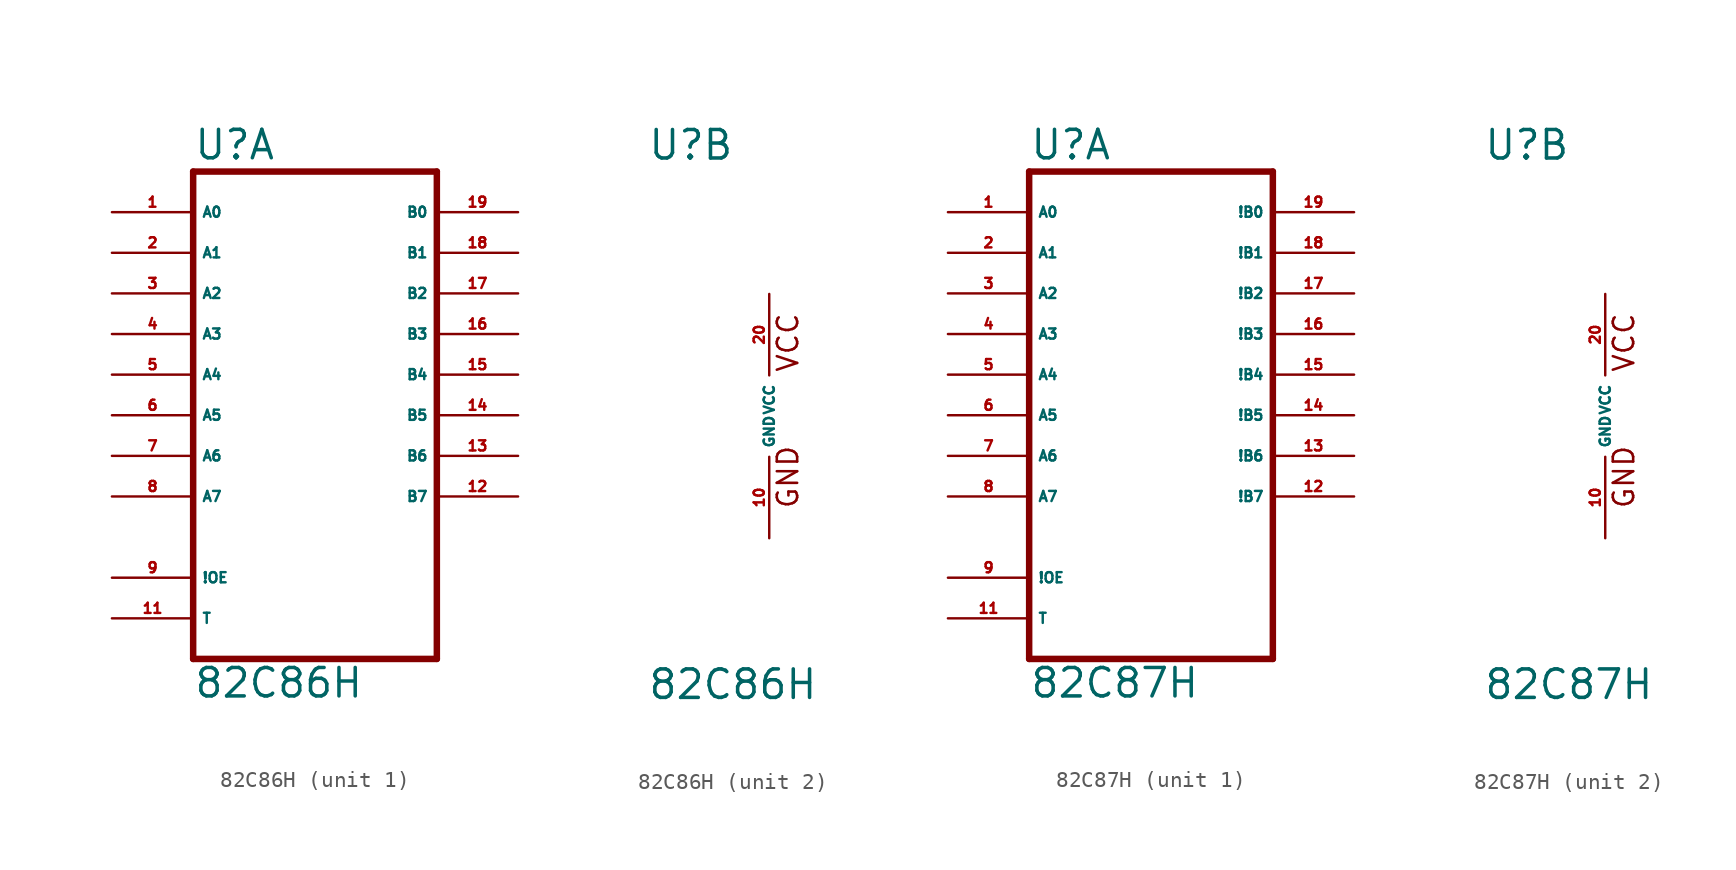
<source format=kicad_sym>
(kicad_symbol_lib
  (version 20220914)
  (generator Eagle2Kicad)
  (symbol "82C86H"
    (property "Reference" "U"
      (at -7.62 15.875 0)
      (effects (font (size 1.778 1.778) (thickness 0.22)) (justify left bottom)))
    (property "Value" "82C86H"
      (at -7.62 -17.78 0)
      (effects (font (size 1.778 1.778) (thickness 0.22)) (justify left bottom)))
    (symbol "82C86H_1_0"
      (polyline (pts (xy -7.62 -15.24) (xy 7.62 -15.24)) (stroke (width 0.406) (type default)) (fill (type none)))
      (polyline (pts (xy 7.62 -15.24) (xy 7.62 15.24)) (stroke (width 0.406) (type default)) (fill (type none)))
      (polyline (pts (xy 7.62 15.24) (xy -7.62 15.24)) (stroke (width 0.406) (type default)) (fill (type none)))
      (polyline (pts (xy -7.62 15.24) (xy -7.62 -15.24)) (stroke (width 0.406) (type default)) (fill (type none)))
      (pin bidirectional line (at -12.7 12.7 0) (length 5.08) (name "A0" (effects (font (size 0.635 0.635) (thickness 0.08)) (justify left bottom))) (number "1" (effects (font (size 0.635 0.635) (thickness 0.08)) (justify left bottom))))
      (pin bidirectional line (at -12.7 10.16 0) (length 5.08) (name "A1" (effects (font (size 0.635 0.635) (thickness 0.08)) (justify left bottom))) (number "2" (effects (font (size 0.635 0.635) (thickness 0.08)) (justify left bottom))))
      (pin bidirectional line (at -12.7 7.62 0) (length 5.08) (name "A2" (effects (font (size 0.635 0.635) (thickness 0.08)) (justify left bottom))) (number "3" (effects (font (size 0.635 0.635) (thickness 0.08)) (justify left bottom))))
      (pin bidirectional line (at -12.7 5.08 0) (length 5.08) (name "A3" (effects (font (size 0.635 0.635) (thickness 0.08)) (justify left bottom))) (number "4" (effects (font (size 0.635 0.635) (thickness 0.08)) (justify left bottom))))
      (pin bidirectional line (at -12.7 2.54 0) (length 5.08) (name "A4" (effects (font (size 0.635 0.635) (thickness 0.08)) (justify left bottom))) (number "5" (effects (font (size 0.635 0.635) (thickness 0.08)) (justify left bottom))))
      (pin bidirectional line (at -12.7 0 0) (length 5.08) (name "A5" (effects (font (size 0.635 0.635) (thickness 0.08)) (justify left bottom))) (number "6" (effects (font (size 0.635 0.635) (thickness 0.08)) (justify left bottom))))
      (pin bidirectional line (at -12.7 -2.54 0) (length 5.08) (name "A6" (effects (font (size 0.635 0.635) (thickness 0.08)) (justify left bottom))) (number "7" (effects (font (size 0.635 0.635) (thickness 0.08)) (justify left bottom))))
      (pin bidirectional line (at -12.7 -5.08 0) (length 5.08) (name "A7" (effects (font (size 0.635 0.635) (thickness 0.08)) (justify left bottom))) (number "8" (effects (font (size 0.635 0.635) (thickness 0.08)) (justify left bottom))))
      (pin input line (at -12.7 -10.16 0) (length 5.08) (name "!OE" (effects (font (size 0.635 0.635) (thickness 0.08)) (justify left bottom))) (number "9" (effects (font (size 0.635 0.635) (thickness 0.08)) (justify left bottom))))
      (pin input line (at -12.7 -12.7 0) (length 5.08) (name "T" (effects (font (size 0.635 0.635) (thickness 0.08)) (justify left bottom))) (number "11" (effects (font (size 0.635 0.635) (thickness 0.08)) (justify left bottom))))
      (pin bidirectional line (at 12.7 -5.08 180) (length 5.08) (name "B7" (effects (font (size 0.635 0.635) (thickness 0.08)) (justify left bottom))) (number "12" (effects (font (size 0.635 0.635) (thickness 0.08)) (justify left bottom))))
      (pin bidirectional line (at 12.7 -2.54 180) (length 5.08) (name "B6" (effects (font (size 0.635 0.635) (thickness 0.08)) (justify left bottom))) (number "13" (effects (font (size 0.635 0.635) (thickness 0.08)) (justify left bottom))))
      (pin bidirectional line (at 12.7 0 180) (length 5.08) (name "B5" (effects (font (size 0.635 0.635) (thickness 0.08)) (justify left bottom))) (number "14" (effects (font (size 0.635 0.635) (thickness 0.08)) (justify left bottom))))
      (pin bidirectional line (at 12.7 2.54 180) (length 5.08) (name "B4" (effects (font (size 0.635 0.635) (thickness 0.08)) (justify left bottom))) (number "15" (effects (font (size 0.635 0.635) (thickness 0.08)) (justify left bottom))))
      (pin bidirectional line (at 12.7 5.08 180) (length 5.08) (name "B3" (effects (font (size 0.635 0.635) (thickness 0.08)) (justify left bottom))) (number "16" (effects (font (size 0.635 0.635) (thickness 0.08)) (justify left bottom))))
      (pin bidirectional line (at 12.7 7.62 180) (length 5.08) (name "B2" (effects (font (size 0.635 0.635) (thickness 0.08)) (justify left bottom))) (number "17" (effects (font (size 0.635 0.635) (thickness 0.08)) (justify left bottom))))
      (pin bidirectional line (at 12.7 10.16 180) (length 5.08) (name "B1" (effects (font (size 0.635 0.635) (thickness 0.08)) (justify left bottom))) (number "18" (effects (font (size 0.635 0.635) (thickness 0.08)) (justify left bottom))))
      (pin bidirectional line (at 12.7 12.7 180) (length 5.08) (name "B0" (effects (font (size 0.635 0.635) (thickness 0.08)) (justify left bottom))) (number "19" (effects (font (size 0.635 0.635) (thickness 0.08)) (justify left bottom)))))
    (symbol "82C86H_2_0"
      (text "GND" (at 1.905 -5.842 900) (effects (font (size 1.27 1.27) (thickness 0.16)) (justify left bottom)))
      (text "VCC" (at 1.905 2.667 900) (effects (font (size 1.27 1.27) (thickness 0.16)) (justify left bottom)))
      (pin unspecified line (at 0 -7.62 90) (length 5.08) (name "GND" (effects (font (size 0.635 0.635) (thickness 0.08)) (justify left bottom))) (number "10" (effects (font (size 0.635 0.635) (thickness 0.08)) (justify left bottom))))
      (pin unspecified line (at 0 7.62 270) (length 5.08) (name "VCC" (effects (font (size 0.635 0.635) (thickness 0.08)) (justify left bottom))) (number "20" (effects (font (size 0.635 0.635) (thickness 0.08)) (justify left bottom))))))
  (symbol "82C87H"
    (property "Reference" "U"
      (at -7.62 15.875 0)
      (effects (font (size 1.778 1.778) (thickness 0.22)) (justify left bottom)))
    (property "Value" "82C87H"
      (at -7.62 -17.78 0)
      (effects (font (size 1.778 1.778) (thickness 0.22)) (justify left bottom)))
    (symbol "82C87H_1_0"
      (polyline (pts (xy -7.62 -15.24) (xy 7.62 -15.24)) (stroke (width 0.406) (type default)) (fill (type none)))
      (polyline (pts (xy 7.62 -15.24) (xy 7.62 15.24)) (stroke (width 0.406) (type default)) (fill (type none)))
      (polyline (pts (xy 7.62 15.24) (xy -7.62 15.24)) (stroke (width 0.406) (type default)) (fill (type none)))
      (polyline (pts (xy -7.62 15.24) (xy -7.62 -15.24)) (stroke (width 0.406) (type default)) (fill (type none)))
      (pin bidirectional line (at -12.7 12.7 0) (length 5.08) (name "A0" (effects (font (size 0.635 0.635) (thickness 0.08)) (justify left bottom))) (number "1" (effects (font (size 0.635 0.635) (thickness 0.08)) (justify left bottom))))
      (pin bidirectional line (at -12.7 10.16 0) (length 5.08) (name "A1" (effects (font (size 0.635 0.635) (thickness 0.08)) (justify left bottom))) (number "2" (effects (font (size 0.635 0.635) (thickness 0.08)) (justify left bottom))))
      (pin bidirectional line (at -12.7 7.62 0) (length 5.08) (name "A2" (effects (font (size 0.635 0.635) (thickness 0.08)) (justify left bottom))) (number "3" (effects (font (size 0.635 0.635) (thickness 0.08)) (justify left bottom))))
      (pin bidirectional line (at -12.7 5.08 0) (length 5.08) (name "A3" (effects (font (size 0.635 0.635) (thickness 0.08)) (justify left bottom))) (number "4" (effects (font (size 0.635 0.635) (thickness 0.08)) (justify left bottom))))
      (pin bidirectional line (at -12.7 2.54 0) (length 5.08) (name "A4" (effects (font (size 0.635 0.635) (thickness 0.08)) (justify left bottom))) (number "5" (effects (font (size 0.635 0.635) (thickness 0.08)) (justify left bottom))))
      (pin bidirectional line (at -12.7 0 0) (length 5.08) (name "A5" (effects (font (size 0.635 0.635) (thickness 0.08)) (justify left bottom))) (number "6" (effects (font (size 0.635 0.635) (thickness 0.08)) (justify left bottom))))
      (pin bidirectional line (at -12.7 -2.54 0) (length 5.08) (name "A6" (effects (font (size 0.635 0.635) (thickness 0.08)) (justify left bottom))) (number "7" (effects (font (size 0.635 0.635) (thickness 0.08)) (justify left bottom))))
      (pin bidirectional line (at -12.7 -5.08 0) (length 5.08) (name "A7" (effects (font (size 0.635 0.635) (thickness 0.08)) (justify left bottom))) (number "8" (effects (font (size 0.635 0.635) (thickness 0.08)) (justify left bottom))))
      (pin input line (at -12.7 -10.16 0) (length 5.08) (name "!OE" (effects (font (size 0.635 0.635) (thickness 0.08)) (justify left bottom))) (number "9" (effects (font (size 0.635 0.635) (thickness 0.08)) (justify left bottom))))
      (pin input line (at -12.7 -12.7 0) (length 5.08) (name "T" (effects (font (size 0.635 0.635) (thickness 0.08)) (justify left bottom))) (number "11" (effects (font (size 0.635 0.635) (thickness 0.08)) (justify left bottom))))
      (pin bidirectional line (at 12.7 -5.08 180) (length 5.08) (name "!B7" (effects (font (size 0.635 0.635) (thickness 0.08)) (justify left bottom))) (number "12" (effects (font (size 0.635 0.635) (thickness 0.08)) (justify left bottom))))
      (pin bidirectional line (at 12.7 -2.54 180) (length 5.08) (name "!B6" (effects (font (size 0.635 0.635) (thickness 0.08)) (justify left bottom))) (number "13" (effects (font (size 0.635 0.635) (thickness 0.08)) (justify left bottom))))
      (pin bidirectional line (at 12.7 0 180) (length 5.08) (name "!B5" (effects (font (size 0.635 0.635) (thickness 0.08)) (justify left bottom))) (number "14" (effects (font (size 0.635 0.635) (thickness 0.08)) (justify left bottom))))
      (pin bidirectional line (at 12.7 2.54 180) (length 5.08) (name "!B4" (effects (font (size 0.635 0.635) (thickness 0.08)) (justify left bottom))) (number "15" (effects (font (size 0.635 0.635) (thickness 0.08)) (justify left bottom))))
      (pin bidirectional line (at 12.7 5.08 180) (length 5.08) (name "!B3" (effects (font (size 0.635 0.635) (thickness 0.08)) (justify left bottom))) (number "16" (effects (font (size 0.635 0.635) (thickness 0.08)) (justify left bottom))))
      (pin bidirectional line (at 12.7 7.62 180) (length 5.08) (name "!B2" (effects (font (size 0.635 0.635) (thickness 0.08)) (justify left bottom))) (number "17" (effects (font (size 0.635 0.635) (thickness 0.08)) (justify left bottom))))
      (pin bidirectional line (at 12.7 10.16 180) (length 5.08) (name "!B1" (effects (font (size 0.635 0.635) (thickness 0.08)) (justify left bottom))) (number "18" (effects (font (size 0.635 0.635) (thickness 0.08)) (justify left bottom))))
      (pin bidirectional line (at 12.7 12.7 180) (length 5.08) (name "!B0" (effects (font (size 0.635 0.635) (thickness 0.08)) (justify left bottom))) (number "19" (effects (font (size 0.635 0.635) (thickness 0.08)) (justify left bottom)))))
    (symbol "82C87H_2_0"
      (text "GND" (at 1.905 -5.842 900) (effects (font (size 1.27 1.27) (thickness 0.16)) (justify left bottom)))
      (text "VCC" (at 1.905 2.667 900) (effects (font (size 1.27 1.27) (thickness 0.16)) (justify left bottom)))
      (pin unspecified line (at 0 -7.62 90) (length 5.08) (name "GND" (effects (font (size 0.635 0.635) (thickness 0.08)) (justify left bottom))) (number "10" (effects (font (size 0.635 0.635) (thickness 0.08)) (justify left bottom))))
      (pin unspecified line (at 0 7.62 270) (length 5.08) (name "VCC" (effects (font (size 0.635 0.635) (thickness 0.08)) (justify left bottom))) (number "20" (effects (font (size 0.635 0.635) (thickness 0.08)) (justify left bottom)))))))
</source>
